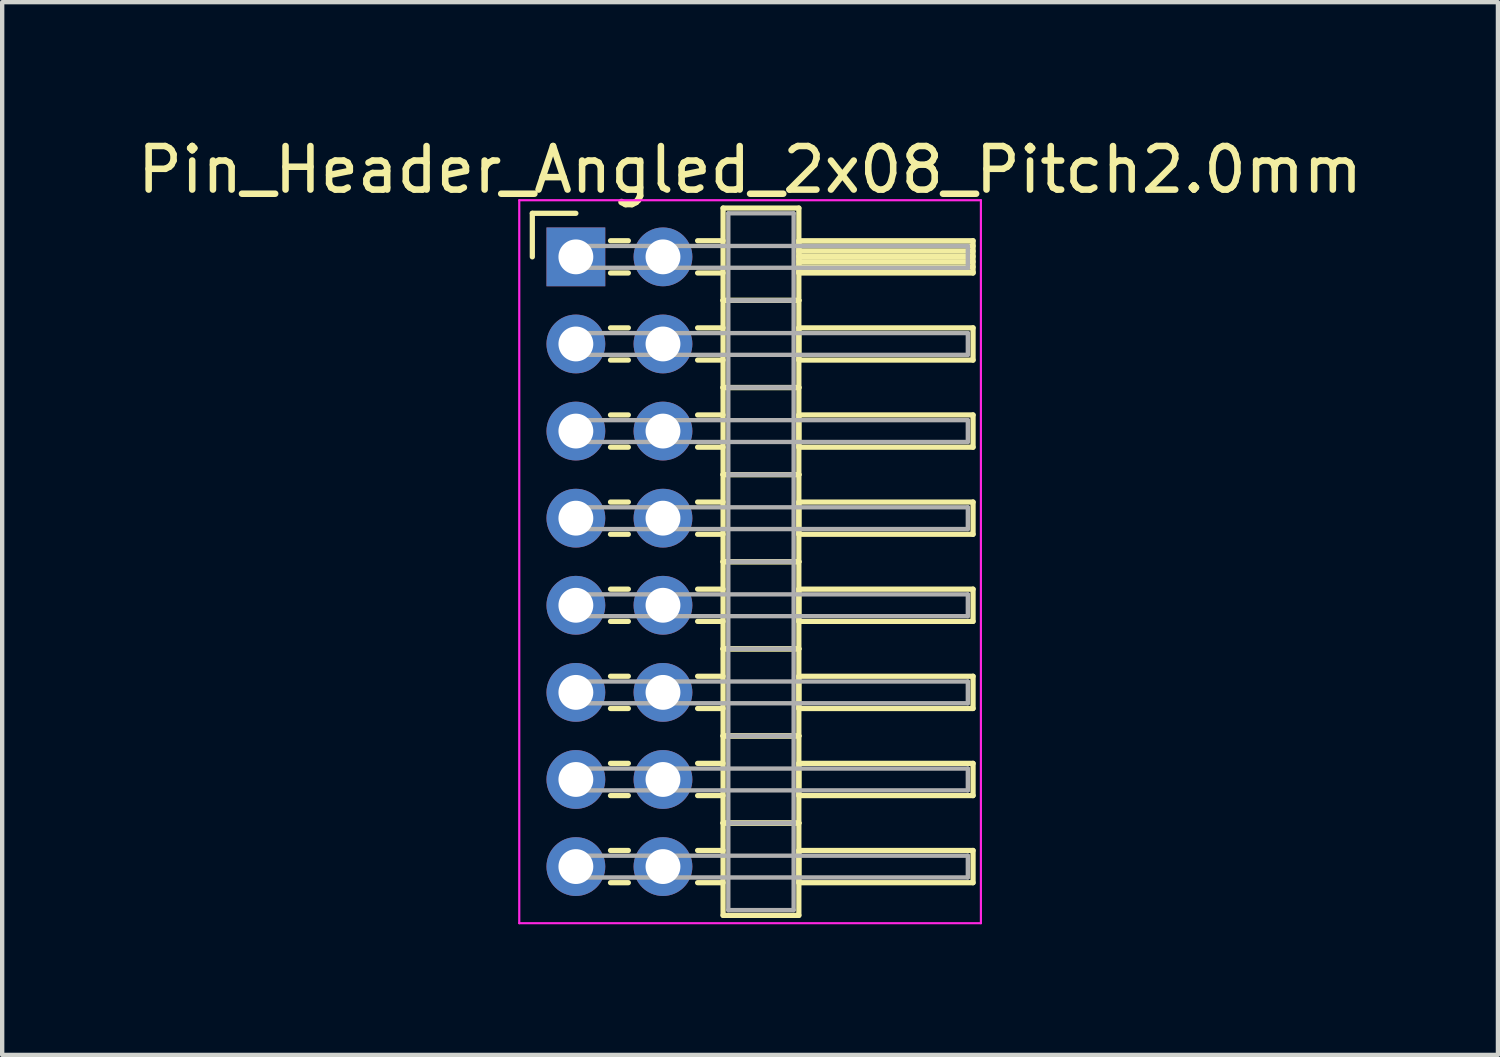
<source format=kicad_pcb>
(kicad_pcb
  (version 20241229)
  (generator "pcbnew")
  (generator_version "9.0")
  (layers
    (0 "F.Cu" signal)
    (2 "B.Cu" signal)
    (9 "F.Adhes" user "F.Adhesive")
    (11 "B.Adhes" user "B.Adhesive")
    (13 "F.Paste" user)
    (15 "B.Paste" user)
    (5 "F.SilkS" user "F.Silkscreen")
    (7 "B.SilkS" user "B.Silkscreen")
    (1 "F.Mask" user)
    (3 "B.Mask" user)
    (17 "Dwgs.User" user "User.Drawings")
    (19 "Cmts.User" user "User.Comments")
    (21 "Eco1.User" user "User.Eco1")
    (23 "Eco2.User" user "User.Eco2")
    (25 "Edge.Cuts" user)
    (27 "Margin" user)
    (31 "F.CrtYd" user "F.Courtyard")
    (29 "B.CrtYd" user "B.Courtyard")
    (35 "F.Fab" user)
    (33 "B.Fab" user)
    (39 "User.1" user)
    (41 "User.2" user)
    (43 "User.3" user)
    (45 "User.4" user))
  (footprint "Pin_Header_Angled_2x08_Pitch2.0mm"
    (layer "F.Cu")
    (at 10.173 2.848)
    (property "Reference" "Pin_Header_Angled_2x08_Pitch2.0mm" (at 4 -2 0) (layer "F.SilkS") (effects (font (size 1 1) (thickness 0.15))))
    (attr through_hole)
    (fp_line (start -1 -1) (end 0 -1) (stroke (width 0.12) (type solid)) (layer "F.SilkS"))
    (fp_line (start -1 0) (end -1 -1) (stroke (width 0.12) (type solid)) (layer "F.SilkS"))
    (fp_line (start 0.795 -0.37) (end 1.205 -0.37) (stroke (width 0.12) (type solid)) (layer "F.SilkS"))
    (fp_line (start 0.795 0.37) (end 1.205 0.37) (stroke (width 0.12) (type solid)) (layer "F.SilkS"))
    (fp_line (start 0.795 1.63) (end 1.205 1.63) (stroke (width 0.12) (type solid)) (layer "F.SilkS"))
    (fp_line (start 0.795 2.37) (end 1.205 2.37) (stroke (width 0.12) (type solid)) (layer "F.SilkS"))
    (fp_line (start 0.795 3.63) (end 1.205 3.63) (stroke (width 0.12) (type solid)) (layer "F.SilkS"))
    (fp_line (start 0.795 4.37) (end 1.205 4.37) (stroke (width 0.12) (type solid)) (layer "F.SilkS"))
    (fp_line (start 0.795 5.63) (end 1.205 5.63) (stroke (width 0.12) (type solid)) (layer "F.SilkS"))
    (fp_line (start 0.795 6.37) (end 1.205 6.37) (stroke (width 0.12) (type solid)) (layer "F.SilkS"))
    (fp_line (start 0.795 7.63) (end 1.205 7.63) (stroke (width 0.12) (type solid)) (layer "F.SilkS"))
    (fp_line (start 0.795 8.37) (end 1.205 8.37) (stroke (width 0.12) (type solid)) (layer "F.SilkS"))
    (fp_line (start 0.795 9.63) (end 1.205 9.63) (stroke (width 0.12) (type solid)) (layer "F.SilkS"))
    (fp_line (start 0.795 10.37) (end 1.205 10.37) (stroke (width 0.12) (type solid)) (layer "F.SilkS"))
    (fp_line (start 0.795 11.63) (end 1.205 11.63) (stroke (width 0.12) (type solid)) (layer "F.SilkS"))
    (fp_line (start 0.795 12.37) (end 1.205 12.37) (stroke (width 0.12) (type solid)) (layer "F.SilkS"))
    (fp_line (start 0.795 13.63) (end 1.205 13.63) (stroke (width 0.12) (type solid)) (layer "F.SilkS"))
    (fp_line (start 0.795 14.37) (end 1.205 14.37) (stroke (width 0.12) (type solid)) (layer "F.SilkS"))
    (fp_line (start 2.795 -0.37) (end 3.38 -0.37) (stroke (width 0.12) (type solid)) (layer "F.SilkS"))
    (fp_line (start 2.795 0.37) (end 3.38 0.37) (stroke (width 0.12) (type solid)) (layer "F.SilkS"))
    (fp_line (start 2.795 1.63) (end 3.38 1.63) (stroke (width 0.12) (type solid)) (layer "F.SilkS"))
    (fp_line (start 2.795 2.37) (end 3.38 2.37) (stroke (width 0.12) (type solid)) (layer "F.SilkS"))
    (fp_line (start 2.795 3.63) (end 3.38 3.63) (stroke (width 0.12) (type solid)) (layer "F.SilkS"))
    (fp_line (start 2.795 4.37) (end 3.38 4.37) (stroke (width 0.12) (type solid)) (layer "F.SilkS"))
    (fp_line (start 2.795 5.63) (end 3.38 5.63) (stroke (width 0.12) (type solid)) (layer "F.SilkS"))
    (fp_line (start 2.795 6.37) (end 3.38 6.37) (stroke (width 0.12) (type solid)) (layer "F.SilkS"))
    (fp_line (start 2.795 7.63) (end 3.38 7.63) (stroke (width 0.12) (type solid)) (layer "F.SilkS"))
    (fp_line (start 2.795 8.37) (end 3.38 8.37) (stroke (width 0.12) (type solid)) (layer "F.SilkS"))
    (fp_line (start 2.795 9.63) (end 3.38 9.63) (stroke (width 0.12) (type solid)) (layer "F.SilkS"))
    (fp_line (start 2.795 10.37) (end 3.38 10.37) (stroke (width 0.12) (type solid)) (layer "F.SilkS"))
    (fp_line (start 2.795 11.63) (end 3.38 11.63) (stroke (width 0.12) (type solid)) (layer "F.SilkS"))
    (fp_line (start 2.795 12.37) (end 3.38 12.37) (stroke (width 0.12) (type solid)) (layer "F.SilkS"))
    (fp_line (start 2.795 13.63) (end 3.38 13.63) (stroke (width 0.12) (type solid)) (layer "F.SilkS"))
    (fp_line (start 2.795 14.37) (end 3.38 14.37) (stroke (width 0.12) (type solid)) (layer "F.SilkS"))
    (fp_line (start 3.38 -1.12) (end 3.38 1) (stroke (width 0.12) (type solid)) (layer "F.SilkS"))
    (fp_line (start 3.38 1) (end 3.38 3) (stroke (width 0.12) (type solid)) (layer "F.SilkS"))
    (fp_line (start 3.38 1) (end 5.12 1) (stroke (width 0.12) (type solid)) (layer "F.SilkS"))
    (fp_line (start 3.38 3) (end 3.38 5) (stroke (width 0.12) (type solid)) (layer "F.SilkS"))
    (fp_line (start 3.38 3) (end 5.12 3) (stroke (width 0.12) (type solid)) (layer "F.SilkS"))
    (fp_line (start 3.38 5) (end 3.38 7) (stroke (width 0.12) (type solid)) (layer "F.SilkS"))
    (fp_line (start 3.38 5) (end 5.12 5) (stroke (width 0.12) (type solid)) (layer "F.SilkS"))
    (fp_line (start 3.38 7) (end 3.38 9) (stroke (width 0.12) (type solid)) (layer "F.SilkS"))
    (fp_line (start 3.38 7) (end 5.12 7) (stroke (width 0.12) (type solid)) (layer "F.SilkS"))
    (fp_line (start 3.38 9) (end 3.38 11) (stroke (width 0.12) (type solid)) (layer "F.SilkS"))
    (fp_line (start 3.38 9) (end 5.12 9) (stroke (width 0.12) (type solid)) (layer "F.SilkS"))
    (fp_line (start 3.38 11) (end 3.38 13) (stroke (width 0.12) (type solid)) (layer "F.SilkS"))
    (fp_line (start 3.38 11) (end 5.12 11) (stroke (width 0.12) (type solid)) (layer "F.SilkS"))
    (fp_line (start 3.38 13) (end 3.38 15.12) (stroke (width 0.12) (type solid)) (layer "F.SilkS"))
    (fp_line (start 3.38 13) (end 5.12 13) (stroke (width 0.12) (type solid)) (layer "F.SilkS"))
    (fp_line (start 3.38 15.12) (end 5.12 15.12) (stroke (width 0.12) (type solid)) (layer "F.SilkS"))
    (fp_line (start 5.12 -1.12) (end 3.38 -1.12) (stroke (width 0.12) (type solid)) (layer "F.SilkS"))
    (fp_line (start 5.12 -0.37) (end 5.12 0.37) (stroke (width 0.12) (type solid)) (layer "F.SilkS"))
    (fp_line (start 5.12 -0.25) (end 9.12 -0.25) (stroke (width 0.12) (type solid)) (layer "F.SilkS"))
    (fp_line (start 5.12 -0.13) (end 9.12 -0.13) (stroke (width 0.12) (type solid)) (layer "F.SilkS"))
    (fp_line (start 5.12 -0.01) (end 9.12 -0.01) (stroke (width 0.12) (type solid)) (layer "F.SilkS"))
    (fp_line (start 5.12 0.11) (end 9.12 0.11) (stroke (width 0.12) (type solid)) (layer "F.SilkS"))
    (fp_line (start 5.12 0.23) (end 9.12 0.23) (stroke (width 0.12) (type solid)) (layer "F.SilkS"))
    (fp_line (start 5.12 0.35) (end 9.12 0.35) (stroke (width 0.12) (type solid)) (layer "F.SilkS"))
    (fp_line (start 5.12 0.37) (end 9.12 0.37) (stroke (width 0.12) (type solid)) (layer "F.SilkS"))
    (fp_line (start 5.12 1) (end 3.38 1) (stroke (width 0.12) (type solid)) (layer "F.SilkS"))
    (fp_line (start 5.12 1) (end 5.12 -1.12) (stroke (width 0.12) (type solid)) (layer "F.SilkS"))
    (fp_line (start 5.12 1.63) (end 5.12 2.37) (stroke (width 0.12) (type solid)) (layer "F.SilkS"))
    (fp_line (start 5.12 2.37) (end 9.12 2.37) (stroke (width 0.12) (type solid)) (layer "F.SilkS"))
    (fp_line (start 5.12 3) (end 3.38 3) (stroke (width 0.12) (type solid)) (layer "F.SilkS"))
    (fp_line (start 5.12 3) (end 5.12 1) (stroke (width 0.12) (type solid)) (layer "F.SilkS"))
    (fp_line (start 5.12 3.63) (end 5.12 4.37) (stroke (width 0.12) (type solid)) (layer "F.SilkS"))
    (fp_line (start 5.12 4.37) (end 9.12 4.37) (stroke (width 0.12) (type solid)) (layer "F.SilkS"))
    (fp_line (start 5.12 5) (end 3.38 5) (stroke (width 0.12) (type solid)) (layer "F.SilkS"))
    (fp_line (start 5.12 5) (end 5.12 3) (stroke (width 0.12) (type solid)) (layer "F.SilkS"))
    (fp_line (start 5.12 5.63) (end 5.12 6.37) (stroke (width 0.12) (type solid)) (layer "F.SilkS"))
    (fp_line (start 5.12 6.37) (end 9.12 6.37) (stroke (width 0.12) (type solid)) (layer "F.SilkS"))
    (fp_line (start 5.12 7) (end 3.38 7) (stroke (width 0.12) (type solid)) (layer "F.SilkS"))
    (fp_line (start 5.12 7) (end 5.12 5) (stroke (width 0.12) (type solid)) (layer "F.SilkS"))
    (fp_line (start 5.12 7.63) (end 5.12 8.37) (stroke (width 0.12) (type solid)) (layer "F.SilkS"))
    (fp_line (start 5.12 8.37) (end 9.12 8.37) (stroke (width 0.12) (type solid)) (layer "F.SilkS"))
    (fp_line (start 5.12 9) (end 3.38 9) (stroke (width 0.12) (type solid)) (layer "F.SilkS"))
    (fp_line (start 5.12 9) (end 5.12 7) (stroke (width 0.12) (type solid)) (layer "F.SilkS"))
    (fp_line (start 5.12 9.63) (end 5.12 10.37) (stroke (width 0.12) (type solid)) (layer "F.SilkS"))
    (fp_line (start 5.12 10.37) (end 9.12 10.37) (stroke (width 0.12) (type solid)) (layer "F.SilkS"))
    (fp_line (start 5.12 11) (end 3.38 11) (stroke (width 0.12) (type solid)) (layer "F.SilkS"))
    (fp_line (start 5.12 11) (end 5.12 9) (stroke (width 0.12) (type solid)) (layer "F.SilkS"))
    (fp_line (start 5.12 11.63) (end 5.12 12.37) (stroke (width 0.12) (type solid)) (layer "F.SilkS"))
    (fp_line (start 5.12 12.37) (end 9.12 12.37) (stroke (width 0.12) (type solid)) (layer "F.SilkS"))
    (fp_line (start 5.12 13) (end 3.38 13) (stroke (width 0.12) (type solid)) (layer "F.SilkS"))
    (fp_line (start 5.12 13) (end 5.12 11) (stroke (width 0.12) (type solid)) (layer "F.SilkS"))
    (fp_line (start 5.12 13.63) (end 5.12 14.37) (stroke (width 0.12) (type solid)) (layer "F.SilkS"))
    (fp_line (start 5.12 14.37) (end 9.12 14.37) (stroke (width 0.12) (type solid)) (layer "F.SilkS"))
    (fp_line (start 5.12 15.12) (end 5.12 13) (stroke (width 0.12) (type solid)) (layer "F.SilkS"))
    (fp_line (start 9.12 -0.37) (end 5.12 -0.37) (stroke (width 0.12) (type solid)) (layer "F.SilkS"))
    (fp_line (start 9.12 0.37) (end 9.12 -0.37) (stroke (width 0.12) (type solid)) (layer "F.SilkS"))
    (fp_line (start 9.12 1.63) (end 5.12 1.63) (stroke (width 0.12) (type solid)) (layer "F.SilkS"))
    (fp_line (start 9.12 2.37) (end 9.12 1.63) (stroke (width 0.12) (type solid)) (layer "F.SilkS"))
    (fp_line (start 9.12 3.63) (end 5.12 3.63) (stroke (width 0.12) (type solid)) (layer "F.SilkS"))
    (fp_line (start 9.12 4.37) (end 9.12 3.63) (stroke (width 0.12) (type solid)) (layer "F.SilkS"))
    (fp_line (start 9.12 5.63) (end 5.12 5.63) (stroke (width 0.12) (type solid)) (layer "F.SilkS"))
    (fp_line (start 9.12 6.37) (end 9.12 5.63) (stroke (width 0.12) (type solid)) (layer "F.SilkS"))
    (fp_line (start 9.12 7.63) (end 5.12 7.63) (stroke (width 0.12) (type solid)) (layer "F.SilkS"))
    (fp_line (start 9.12 8.37) (end 9.12 7.63) (stroke (width 0.12) (type solid)) (layer "F.SilkS"))
    (fp_line (start 9.12 9.63) (end 5.12 9.63) (stroke (width 0.12) (type solid)) (layer "F.SilkS"))
    (fp_line (start 9.12 10.37) (end 9.12 9.63) (stroke (width 0.12) (type solid)) (layer "F.SilkS"))
    (fp_line (start 9.12 11.63) (end 5.12 11.63) (stroke (width 0.12) (type solid)) (layer "F.SilkS"))
    (fp_line (start 9.12 12.37) (end 9.12 11.63) (stroke (width 0.12) (type solid)) (layer "F.SilkS"))
    (fp_line (start 9.12 13.63) (end 5.12 13.63) (stroke (width 0.12) (type solid)) (layer "F.SilkS"))
    (fp_line (start 9.12 14.37) (end 9.12 13.63) (stroke (width 0.12) (type solid)) (layer "F.SilkS"))
    (fp_line (start -1.3 -1.3) (end -1.3 15.3) (stroke (width 0.05) (type solid)) (layer "F.CrtYd"))
    (fp_line (start -1.3 15.3) (end 9.3 15.3) (stroke (width 0.05) (type solid)) (layer "F.CrtYd"))
    (fp_line (start 9.3 -1.3) (end -1.3 -1.3) (stroke (width 0.05) (type solid)) (layer "F.CrtYd"))
    (fp_line (start 9.3 15.3) (end 9.3 -1.3) (stroke (width 0.05) (type solid)) (layer "F.CrtYd"))
    (fp_line (start 0 -0.25) (end 0 0.25) (stroke (width 0.1) (type solid)) (layer "F.Fab"))
    (fp_line (start 0 0.25) (end 9 0.25) (stroke (width 0.1) (type solid)) (layer "F.Fab"))
    (fp_line (start 0 1.75) (end 0 2.25) (stroke (width 0.1) (type solid)) (layer "F.Fab"))
    (fp_line (start 0 2.25) (end 9 2.25) (stroke (width 0.1) (type solid)) (layer "F.Fab"))
    (fp_line (start 0 3.75) (end 0 4.25) (stroke (width 0.1) (type solid)) (layer "F.Fab"))
    (fp_line (start 0 4.25) (end 9 4.25) (stroke (width 0.1) (type solid)) (layer "F.Fab"))
    (fp_line (start 0 5.75) (end 0 6.25) (stroke (width 0.1) (type solid)) (layer "F.Fab"))
    (fp_line (start 0 6.25) (end 9 6.25) (stroke (width 0.1) (type solid)) (layer "F.Fab"))
    (fp_line (start 0 7.75) (end 0 8.25) (stroke (width 0.1) (type solid)) (layer "F.Fab"))
    (fp_line (start 0 8.25) (end 9 8.25) (stroke (width 0.1) (type solid)) (layer "F.Fab"))
    (fp_line (start 0 9.75) (end 0 10.25) (stroke (width 0.1) (type solid)) (layer "F.Fab"))
    (fp_line (start 0 10.25) (end 9 10.25) (stroke (width 0.1) (type solid)) (layer "F.Fab"))
    (fp_line (start 0 11.75) (end 0 12.25) (stroke (width 0.1) (type solid)) (layer "F.Fab"))
    (fp_line (start 0 12.25) (end 9 12.25) (stroke (width 0.1) (type solid)) (layer "F.Fab"))
    (fp_line (start 0 13.75) (end 0 14.25) (stroke (width 0.1) (type solid)) (layer "F.Fab"))
    (fp_line (start 0 14.25) (end 9 14.25) (stroke (width 0.1) (type solid)) (layer "F.Fab"))
    (fp_line (start 3.5 -1) (end 3.5 1) (stroke (width 0.1) (type solid)) (layer "F.Fab"))
    (fp_line (start 3.5 1) (end 3.5 3) (stroke (width 0.1) (type solid)) (layer "F.Fab"))
    (fp_line (start 3.5 1) (end 5 1) (stroke (width 0.1) (type solid)) (layer "F.Fab"))
    (fp_line (start 3.5 3) (end 3.5 5) (stroke (width 0.1) (type solid)) (layer "F.Fab"))
    (fp_line (start 3.5 3) (end 5 3) (stroke (width 0.1) (type solid)) (layer "F.Fab"))
    (fp_line (start 3.5 5) (end 3.5 7) (stroke (width 0.1) (type solid)) (layer "F.Fab"))
    (fp_line (start 3.5 5) (end 5 5) (stroke (width 0.1) (type solid)) (layer "F.Fab"))
    (fp_line (start 3.5 7) (end 3.5 9) (stroke (width 0.1) (type solid)) (layer "F.Fab"))
    (fp_line (start 3.5 7) (end 5 7) (stroke (width 0.1) (type solid)) (layer "F.Fab"))
    (fp_line (start 3.5 9) (end 3.5 11) (stroke (width 0.1) (type solid)) (layer "F.Fab"))
    (fp_line (start 3.5 9) (end 5 9) (stroke (width 0.1) (type solid)) (layer "F.Fab"))
    (fp_line (start 3.5 11) (end 3.5 13) (stroke (width 0.1) (type solid)) (layer "F.Fab"))
    (fp_line (start 3.5 11) (end 5 11) (stroke (width 0.1) (type solid)) (layer "F.Fab"))
    (fp_line (start 3.5 13) (end 3.5 15) (stroke (width 0.1) (type solid)) (layer "F.Fab"))
    (fp_line (start 3.5 13) (end 5 13) (stroke (width 0.1) (type solid)) (layer "F.Fab"))
    (fp_line (start 3.5 15) (end 5 15) (stroke (width 0.1) (type solid)) (layer "F.Fab"))
    (fp_line (start 5 -1) (end 3.5 -1) (stroke (width 0.1) (type solid)) (layer "F.Fab"))
    (fp_line (start 5 1) (end 3.5 1) (stroke (width 0.1) (type solid)) (layer "F.Fab"))
    (fp_line (start 5 1) (end 5 -1) (stroke (width 0.1) (type solid)) (layer "F.Fab"))
    (fp_line (start 5 3) (end 3.5 3) (stroke (width 0.1) (type solid)) (layer "F.Fab"))
    (fp_line (start 5 3) (end 5 1) (stroke (width 0.1) (type solid)) (layer "F.Fab"))
    (fp_line (start 5 5) (end 3.5 5) (stroke (width 0.1) (type solid)) (layer "F.Fab"))
    (fp_line (start 5 5) (end 5 3) (stroke (width 0.1) (type solid)) (layer "F.Fab"))
    (fp_line (start 5 7) (end 3.5 7) (stroke (width 0.1) (type solid)) (layer "F.Fab"))
    (fp_line (start 5 7) (end 5 5) (stroke (width 0.1) (type solid)) (layer "F.Fab"))
    (fp_line (start 5 9) (end 3.5 9) (stroke (width 0.1) (type solid)) (layer "F.Fab"))
    (fp_line (start 5 9) (end 5 7) (stroke (width 0.1) (type solid)) (layer "F.Fab"))
    (fp_line (start 5 11) (end 3.5 11) (stroke (width 0.1) (type solid)) (layer "F.Fab"))
    (fp_line (start 5 11) (end 5 9) (stroke (width 0.1) (type solid)) (layer "F.Fab"))
    (fp_line (start 5 13) (end 3.5 13) (stroke (width 0.1) (type solid)) (layer "F.Fab"))
    (fp_line (start 5 13) (end 5 11) (stroke (width 0.1) (type solid)) (layer "F.Fab"))
    (fp_line (start 5 15) (end 5 13) (stroke (width 0.1) (type solid)) (layer "F.Fab"))
    (fp_line (start 9 -0.25) (end 0 -0.25) (stroke (width 0.1) (type solid)) (layer "F.Fab"))
    (fp_line (start 9 0.25) (end 9 -0.25) (stroke (width 0.1) (type solid)) (layer "F.Fab"))
    (fp_line (start 9 1.75) (end 0 1.75) (stroke (width 0.1) (type solid)) (layer "F.Fab"))
    (fp_line (start 9 2.25) (end 9 1.75) (stroke (width 0.1) (type solid)) (layer "F.Fab"))
    (fp_line (start 9 3.75) (end 0 3.75) (stroke (width 0.1) (type solid)) (layer "F.Fab"))
    (fp_line (start 9 4.25) (end 9 3.75) (stroke (width 0.1) (type solid)) (layer "F.Fab"))
    (fp_line (start 9 5.75) (end 0 5.75) (stroke (width 0.1) (type solid)) (layer "F.Fab"))
    (fp_line (start 9 6.25) (end 9 5.75) (stroke (width 0.1) (type solid)) (layer "F.Fab"))
    (fp_line (start 9 7.75) (end 0 7.75) (stroke (width 0.1) (type solid)) (layer "F.Fab"))
    (fp_line (start 9 8.25) (end 9 7.75) (stroke (width 0.1) (type solid)) (layer "F.Fab"))
    (fp_line (start 9 9.75) (end 0 9.75) (stroke (width 0.1) (type solid)) (layer "F.Fab"))
    (fp_line (start 9 10.25) (end 9 9.75) (stroke (width 0.1) (type solid)) (layer "F.Fab"))
    (fp_line (start 9 11.75) (end 0 11.75) (stroke (width 0.1) (type solid)) (layer "F.Fab"))
    (fp_line (start 9 12.25) (end 9 11.75) (stroke (width 0.1) (type solid)) (layer "F.Fab"))
    (fp_line (start 9 13.75) (end 0 13.75) (stroke (width 0.1) (type solid)) (layer "F.Fab"))
    (fp_line (start 9 14.25) (end 9 13.75) (stroke (width 0.1) (type solid)) (layer "F.Fab"))
    (pad "1" thru_hole rect (at 0 0) (size 1.35 1.35) (drill 0.8) (layers "*.Cu" "*.Mask"))
    (pad "2" thru_hole oval (at 2 0) (size 1.35 1.35) (drill 0.8) (layers "*.Cu" "*.Mask"))
    (pad "3" thru_hole oval (at 0 2) (size 1.35 1.35) (drill 0.8) (layers "*.Cu" "*.Mask"))
    (pad "4" thru_hole oval (at 2 2) (size 1.35 1.35) (drill 0.8) (layers "*.Cu" "*.Mask"))
    (pad "5" thru_hole oval (at 0 4) (size 1.35 1.35) (drill 0.8) (layers "*.Cu" "*.Mask"))
    (pad "6" thru_hole oval (at 2 4) (size 1.35 1.35) (drill 0.8) (layers "*.Cu" "*.Mask"))
    (pad "7" thru_hole oval (at 0 6) (size 1.35 1.35) (drill 0.8) (layers "*.Cu" "*.Mask"))
    (pad "8" thru_hole oval (at 2 6) (size 1.35 1.35) (drill 0.8) (layers "*.Cu" "*.Mask"))
    (pad "9" thru_hole oval (at 0 8) (size 1.35 1.35) (drill 0.8) (layers "*.Cu" "*.Mask"))
    (pad "10" thru_hole oval (at 2 8) (size 1.35 1.35) (drill 0.8) (layers "*.Cu" "*.Mask"))
    (pad "11" thru_hole oval (at 0 10) (size 1.35 1.35) (drill 0.8) (layers "*.Cu" "*.Mask"))
    (pad "12" thru_hole oval (at 2 10) (size 1.35 1.35) (drill 0.8) (layers "*.Cu" "*.Mask"))
    (pad "13" thru_hole oval (at 0 12) (size 1.35 1.35) (drill 0.8) (layers "*.Cu" "*.Mask"))
    (pad "14" thru_hole oval (at 2 12) (size 1.35 1.35) (drill 0.8) (layers "*.Cu" "*.Mask"))
    (pad "15" thru_hole oval (at 0 14) (size 1.35 1.35) (drill 0.8) (layers "*.Cu" "*.Mask"))
    (pad "16" thru_hole oval (at 2 14) (size 1.35 1.35) (drill 0.8) (layers "*.Cu" "*.Mask")))
  (gr_rect
    (start -3 -3)
    (end 31.345 21.173)
    (stroke (width 0.1) (type default))
    (fill no)
    (layer "Edge.Cuts")))
</source>
